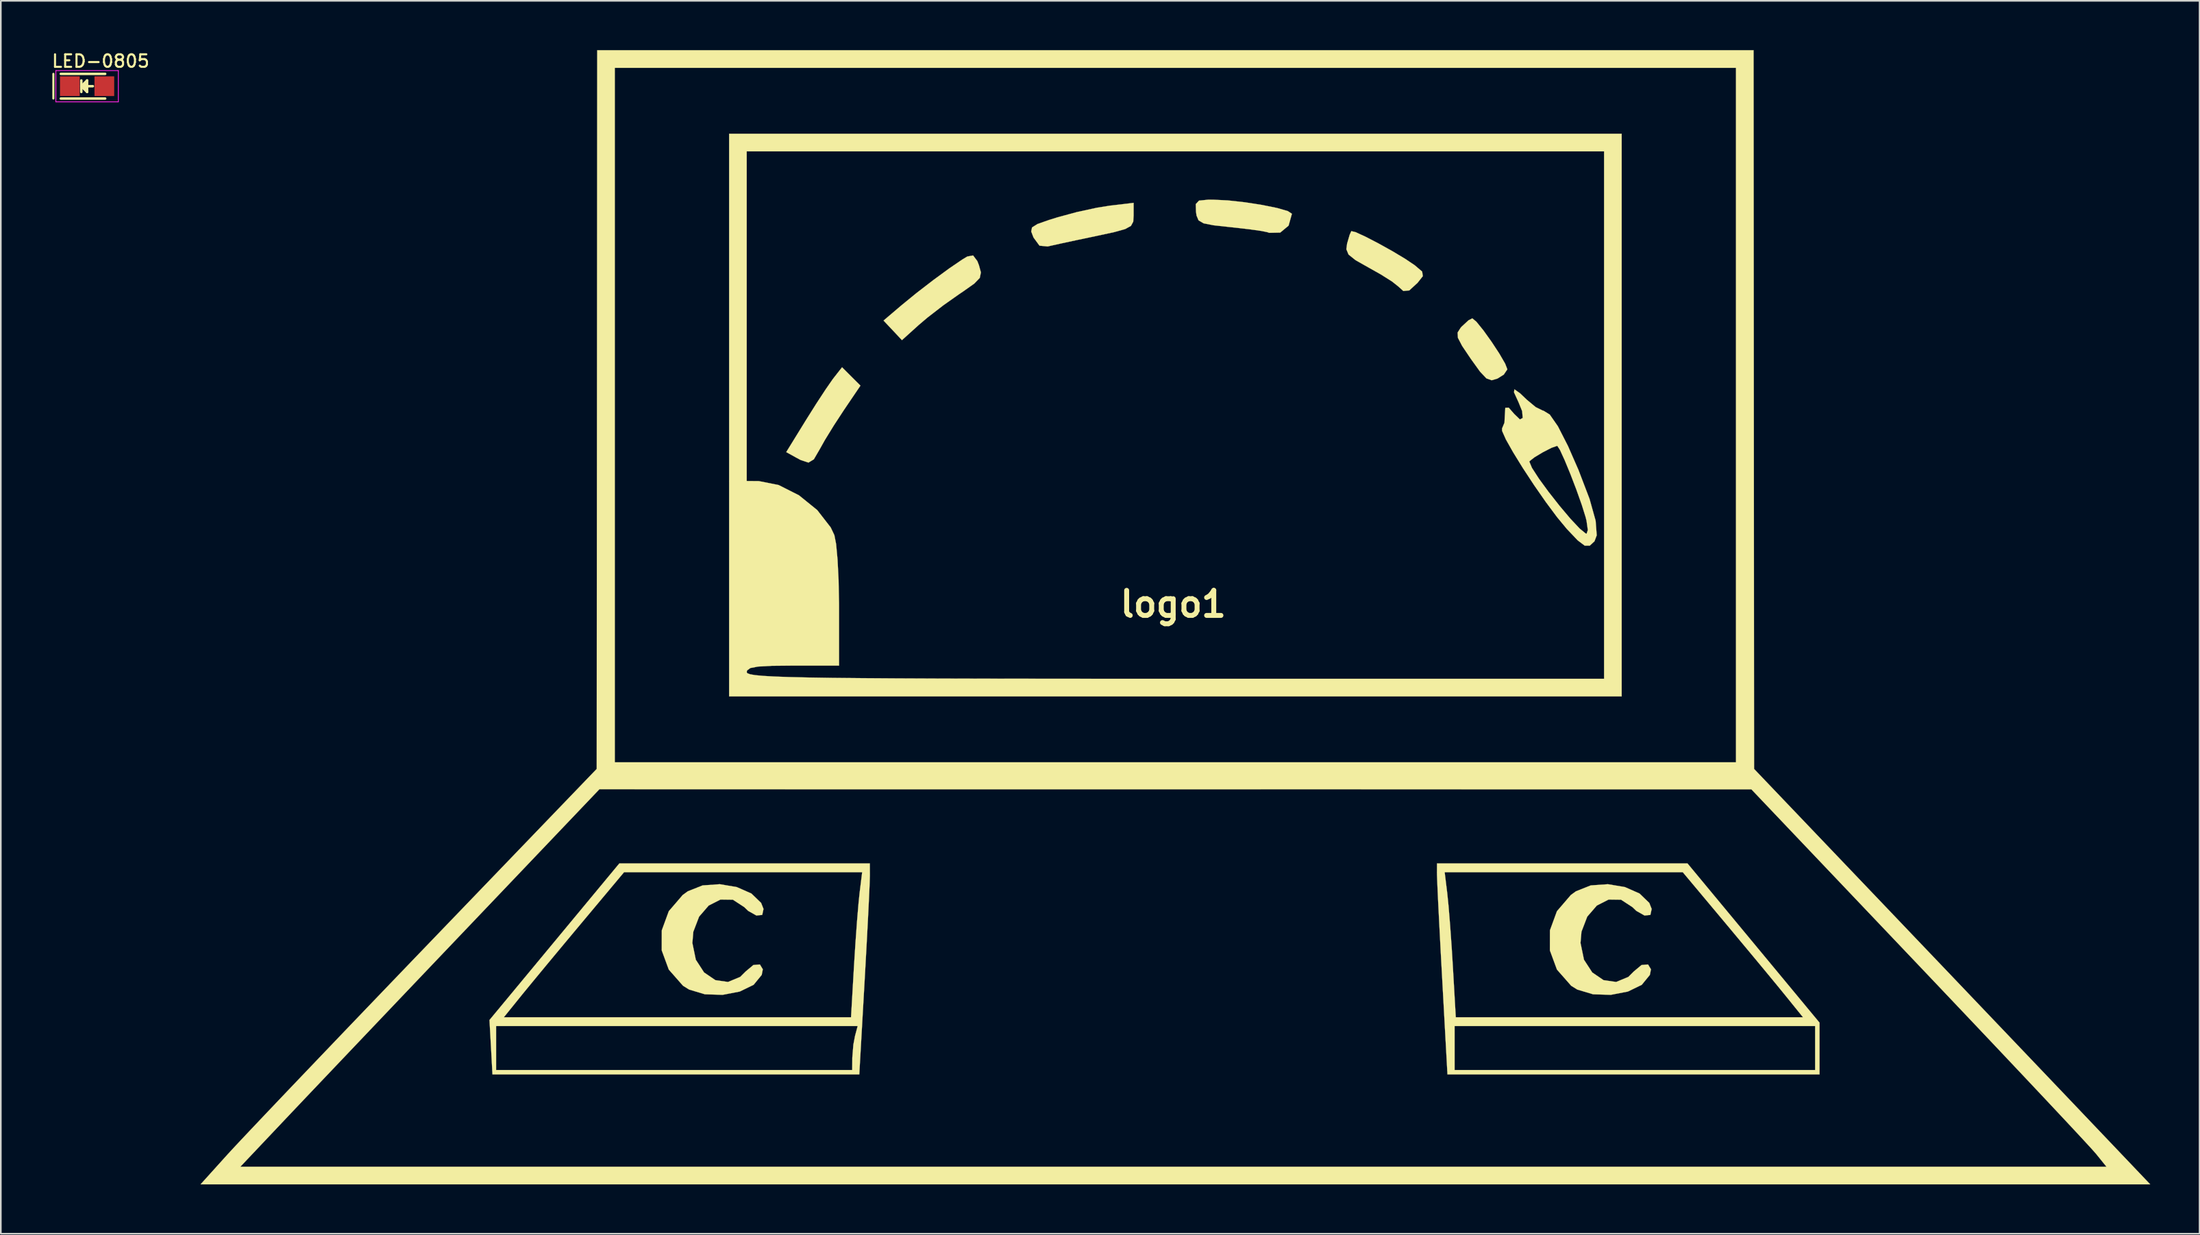
<source format=kicad_pcb>
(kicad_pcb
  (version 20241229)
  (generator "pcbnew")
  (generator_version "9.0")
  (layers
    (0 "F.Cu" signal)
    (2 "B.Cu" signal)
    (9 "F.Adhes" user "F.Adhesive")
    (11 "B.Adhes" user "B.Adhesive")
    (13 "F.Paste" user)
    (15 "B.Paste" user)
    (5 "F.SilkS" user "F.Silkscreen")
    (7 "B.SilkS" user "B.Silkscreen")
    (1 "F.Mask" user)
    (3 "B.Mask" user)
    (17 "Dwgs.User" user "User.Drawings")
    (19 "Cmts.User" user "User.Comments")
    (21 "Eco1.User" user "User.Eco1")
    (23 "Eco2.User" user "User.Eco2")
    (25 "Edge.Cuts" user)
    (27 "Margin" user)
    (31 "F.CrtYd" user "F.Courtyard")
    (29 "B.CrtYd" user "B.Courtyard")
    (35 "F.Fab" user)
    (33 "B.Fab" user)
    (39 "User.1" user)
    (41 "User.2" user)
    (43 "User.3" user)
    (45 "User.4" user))
  (footprint "logo1"
    (layer "F.Cu")
    (at 68.292 33.693)
    (property "Reference" "logo1" (at 0 0 0) (layer "F.SilkS") (effects (font (size 1.524 1.524) (thickness 0.3))))
    (attr through_hole)
    (fp_poly (pts (xy -19.578 -13.844) (xy -19.019 -13.286) (xy -20.032 -11.79) (xy -20.636 -10.865) (xy -21.181 -9.978) (xy -21.491 -9.425) (xy -21.852 -8.804) (xy -22.18 -8.606) (xy -22.659 -8.765) (xy -22.928 -8.91) (xy -23.531 -9.244) (xy -22.329 -11.195) (xy -21.71 -12.179) (xy -21.135 -13.057) (xy -20.708 -13.673) (xy -20.631 -13.774) (xy -20.137 -14.403) (xy -19.578 -13.844)) (stroke (width 0.01) (type solid)) (fill yes) (layer "F.SilkS"))
    (fp_poly (pts (xy 18.438 -17.173) (xy 18.861 -16.651) (xy 19.359 -15.956) (xy 19.834 -15.232) (xy 20.187 -14.623) (xy 20.32 -14.278) (xy 20.104 -13.959) (xy 19.718 -13.716) (xy 19.365 -13.613) (xy 19.048 -13.727) (xy 18.661 -14.135) (xy 18.103 -14.91) (xy 17.57 -15.702) (xy 17.314 -16.194) (xy 17.295 -16.516) (xy 17.476 -16.802) (xy 17.543 -16.877) (xy 17.956 -17.259) (xy 18.19 -17.379) (xy 18.438 -17.173)) (stroke (width 0.01) (type solid)) (fill yes) (layer "F.SilkS"))
    (fp_poly (pts (xy -11.91 -20.863) (xy -11.811 -20.607) (xy -11.693 -20.172) (xy -11.761 -19.841) (xy -12.097 -19.493) (xy -12.784 -19.007) (xy -12.998 -18.864) (xy -13.972 -18.177) (xy -14.94 -17.429) (xy -15.475 -16.975) (xy -16.495 -16.054) (xy -17.054 -16.65) (xy -17.614 -17.245) (xy -16.514 -18.181) (xy -15.604 -18.924) (xy -14.587 -19.708) (xy -13.608 -20.425) (xy -12.815 -20.964) (xy -12.524 -21.139) (xy -12.17 -21.206) (xy -11.91 -20.863)) (stroke (width 0.01) (type solid)) (fill yes) (layer "F.SilkS"))
    (fp_poly (pts (xy -2.407 -23.632) (xy -2.43 -23.26) (xy -2.567 -23.005) (xy -2.918 -22.811) (xy -3.584 -22.625) (xy -4.668 -22.391) (xy -4.747 -22.374) (xy -5.866 -22.139) (xy -6.834 -21.931) (xy -7.496 -21.784) (xy -7.634 -21.752) (xy -8.131 -21.8) (xy -8.494 -22.296) (xy -8.634 -22.661) (xy -8.585 -22.909) (xy -8.252 -23.118) (xy -7.545 -23.366) (xy -7.043 -23.522) (xy -5.866 -23.842) (xy -4.636 -24.109) (xy -3.844 -24.235) (xy -2.406 -24.404) (xy -2.407 -23.632)) (stroke (width 0.01) (type solid)) (fill yes) (layer "F.SilkS"))
    (fp_poly (pts (xy 11.099 -22.619) (xy 11.692 -22.347) (xy 12.479 -21.939) (xy 13.327 -21.467) (xy 14.105 -21.001) (xy 14.681 -20.614) (xy 14.698 -20.6) (xy 15.138 -20.226) (xy 15.181 -19.947) (xy 14.862 -19.543) (xy 14.857 -19.538) (xy 14.358 -19.079) (xy 13.995 -19.043) (xy 13.69 -19.317) (xy 13.317 -19.614) (xy 12.627 -20.05) (xy 11.91 -20.454) (xy 11.092 -20.916) (xy 10.664 -21.258) (xy 10.529 -21.583) (xy 10.574 -21.924) (xy 10.73 -22.46) (xy 10.831 -22.685) (xy 11.099 -22.619)) (stroke (width 0.01) (type solid)) (fill yes) (layer "F.SilkS"))
    (fp_poly (pts (xy 3.316 -24.554) (xy 4.362 -24.439) (xy 5.407 -24.277) (xy 6.321 -24.091) (xy 6.969 -23.904) (xy 7.219 -23.741) (xy 7.219 -23.739) (xy 7.017 -23.018) (xy 6.507 -22.595) (xy 5.837 -22.581) (xy 5.746 -22.615) (xy 5.363 -22.695) (xy 4.603 -22.801) (xy 3.618 -22.913) (xy 3.473 -22.928) (xy 2.453 -23.04) (xy 1.849 -23.159) (xy 1.543 -23.338) (xy 1.42 -23.628) (xy 1.386 -23.863) (xy 1.373 -24.328) (xy 1.57 -24.54) (xy 2.116 -24.596) (xy 2.404 -24.598) (xy 3.316 -24.554)) (stroke (width 0.01) (type solid)) (fill yes) (layer "F.SilkS"))
    (fp_poly (pts (xy -26.538 17.214) (xy -25.649 17.606) (xy -25.057 18.179) (xy -24.913 18.544) (xy -24.991 18.908) (xy -25.346 18.943) (xy -25.846 18.661) (xy -26.08 18.435) (xy -26.774 17.982) (xy -27.529 17.972) (xy -28.247 18.338) (xy -28.83 19.013) (xy -29.181 19.93) (xy -29.239 20.614) (xy -29.029 21.633) (xy -28.527 22.406) (xy -27.839 22.875) (xy -27.072 22.985) (xy -26.331 22.678) (xy -26 22.348) (xy -25.53 21.955) (xy -25.133 21.921) (xy -24.955 22.215) (xy -25.022 22.557) (xy -25.514 23.158) (xy -26.358 23.568) (xy -27.397 23.768) (xy -28.475 23.735) (xy -29.437 23.447) (xy -29.808 23.216) (xy -30.673 22.233) (xy -31.101 21.069) (xy -31.099 19.845) (xy -30.673 18.681) (xy -29.829 17.698) (xy -29.519 17.472) (xy -28.619 17.113) (xy -27.576 17.039) (xy -26.538 17.214)) (stroke (width 0.01) (type solid)) (fill yes) (layer "F.SilkS"))
    (fp_poly (pts (xy 27.471 17.214) (xy 28.359 17.606) (xy 28.952 18.179) (xy 29.096 18.544) (xy 29.018 18.908) (xy 28.662 18.943) (xy 28.163 18.661) (xy 27.928 18.435) (xy 27.234 17.982) (xy 26.479 17.972) (xy 25.761 18.338) (xy 25.178 19.013) (xy 24.827 19.93) (xy 24.769 20.614) (xy 24.98 21.633) (xy 25.482 22.406) (xy 26.169 22.875) (xy 26.937 22.985) (xy 27.678 22.678) (xy 28.008 22.348) (xy 28.479 21.955) (xy 28.876 21.921) (xy 29.053 22.215) (xy 28.986 22.557) (xy 28.494 23.158) (xy 27.651 23.568) (xy 26.612 23.768) (xy 25.533 23.735) (xy 24.571 23.447) (xy 24.201 23.216) (xy 23.336 22.233) (xy 22.907 21.069) (xy 22.909 19.845) (xy 23.335 18.681) (xy 24.179 17.698) (xy 24.489 17.472) (xy 25.39 17.113) (xy 26.432 17.039) (xy 27.471 17.214)) (stroke (width 0.01) (type solid)) (fill yes) (layer "F.SilkS"))
    (fp_poly (pts (xy 35.289 20.618) (xy 39.303 25.461) (xy 39.303 28.608) (xy 16.678 28.608) (xy 16.516 25.667) (xy 17.112 25.667) (xy 17.112 28.341) (xy 39.036 28.341) (xy 39.036 25.667) (xy 17.112 25.667) (xy 16.516 25.667) (xy 16.358 22.793) (xy 16.263 21.05) (xy 16.18 19.46) (xy 16.112 18.109) (xy 16.065 17.085) (xy 16.041 16.477) (xy 16.04 16.376) (xy 16.04 16.309) (xy 16.508 16.309) (xy 16.664 17.579) (xy 16.744 18.37) (xy 16.838 19.525) (xy 16.934 20.878) (xy 17.003 21.991) (xy 17.184 25.133) (xy 38.298 25.133) (xy 37.272 23.863) (xy 36.726 23.194) (xy 35.93 22.229) (xy 34.977 21.082) (xy 33.962 19.864) (xy 33.617 19.451) (xy 30.987 16.309) (xy 16.508 16.309) (xy 16.04 16.309) (xy 16.042 15.775) (xy 31.274 15.775) (xy 35.289 20.618)) (stroke (width 0.01) (type solid)) (fill yes) (layer "F.SilkS"))
    (fp_poly (pts (xy -18.445 16.51) (xy -18.459 16.991) (xy -18.5 17.915) (xy -18.563 19.19) (xy -18.644 20.724) (xy -18.738 22.427) (xy -18.766 22.927) (xy -19.089 28.608) (xy -41.395 28.608) (xy -41.485 26.953) (xy -41.556 25.667) (xy -41.175 25.667) (xy -41.175 28.341) (xy -19.518 28.341) (xy -19.514 27.606) (xy -19.45 26.804) (xy -19.349 26.269) (xy -19.188 25.667) (xy -41.175 25.667) (xy -41.556 25.667) (xy -41.576 25.298) (xy -41.439 25.133) (xy -40.704 25.133) (xy -19.591 25.133) (xy -19.409 21.991) (xy -19.321 20.602) (xy -19.225 19.276) (xy -19.133 18.179) (xy -19.071 17.579) (xy -18.914 16.309) (xy -33.393 16.309) (xy -36.023 19.451) (xy -37.038 20.667) (xy -38.023 21.851) (xy -38.883 22.892) (xy -39.526 23.674) (xy -39.679 23.863) (xy -40.704 25.133) (xy -41.439 25.133) (xy -37.628 20.536) (xy -33.68 15.775) (xy -18.448 15.775) (xy -18.445 16.51)) (stroke (width 0.01) (type solid)) (fill yes) (layer "F.SilkS"))
    (fp_poly (pts (xy 27.272 5.615) (xy -27.004 5.615) (xy -27.004 -27.539) (xy -25.935 -27.539) (xy -25.935 -7.486) (xy -25.199 -7.48) (xy -23.992 -7.24) (xy -22.754 -6.614) (xy -21.646 -5.717) (xy -20.826 -4.662) (xy -20.604 -4.194) (xy -20.498 -3.649) (xy -20.41 -2.696) (xy -20.348 -1.463) (xy -20.321 -0.075) (xy -20.32 0.151) (xy -20.32 3.743) (xy -23.127 3.743) (xy -24.409 3.755) (xy -25.243 3.801) (xy -25.716 3.891) (xy -25.913 4.039) (xy -25.935 4.144) (xy -25.888 4.211) (xy -25.729 4.27) (xy -25.427 4.322) (xy -24.952 4.367) (xy -24.273 4.406) (xy -23.36 4.439) (xy -22.183 4.466) (xy -20.712 4.489) (xy -18.917 4.506) (xy -16.766 4.52) (xy -14.231 4.531) (xy -11.28 4.538) (xy -7.884 4.542) (xy -4.013 4.545) (xy 0.134 4.545) (xy 26.202 4.545) (xy 26.202 -27.539) (xy -25.935 -27.539) (xy -27.004 -27.539) (xy -27.004 -28.608) (xy 27.272 -28.608) (xy 27.272 5.615)) (stroke (width 0.01) (type solid)) (fill yes) (layer "F.SilkS"))
    (fp_poly (pts (xy 35.308 -11.831) (xy 35.323 10.026) (xy 43.359 18.448) (xy 45.239 20.42) (xy 47.168 22.441) (xy 49.077 24.444) (xy 50.9 26.356) (xy 52.57 28.108) (xy 54.02 29.63) (xy 55.184 30.852) (xy 55.402 31.082) (xy 59.41 35.293) (xy -59.143 35.293) (xy -58.178 34.223) (xy -56.726 34.223) (xy 56.751 34.223) (xy 56.115 33.435) (xy 55.814 33.096) (xy 55.18 32.408) (xy 54.25 31.41) (xy 53.059 30.14) (xy 51.643 28.636) (xy 50.04 26.937) (xy 48.284 25.082) (xy 46.411 23.107) (xy 45.319 21.957) (xy 35.159 11.268) (xy 0.134 11.265) (xy -34.892 11.263) (xy -43.046 19.821) (xy -44.872 21.737) (xy -46.688 23.645) (xy -48.438 25.484) (xy -50.067 27.197) (xy -51.519 28.725) (xy -52.738 30.008) (xy -53.668 30.989) (xy -53.963 31.301) (xy -56.726 34.223) (xy -58.178 34.223) (xy -57.515 33.488) (xy -57.022 32.954) (xy -56.198 32.078) (xy -55.084 30.902) (xy -53.72 29.468) (xy -52.146 27.819) (xy -50.404 25.996) (xy -48.533 24.044) (xy -46.575 22.003) (xy -45.471 20.855) (xy -35.056 10.026) (xy -35.026 -32.619) (xy -33.956 -32.619) (xy -33.956 9.625) (xy 34.223 9.625) (xy 34.223 -32.619) (xy -33.956 -32.619) (xy -35.026 -32.619) (xy -35.025 -33.688) (xy 35.293 -33.688) (xy 35.308 -11.831)) (stroke (width 0.01) (type solid)) (fill yes) (layer "F.SilkS"))
    (fp_poly (pts (xy 21.093 -12.821) (xy 21.499 -12.433) (xy 22.041 -11.982) (xy 22.478 -11.766) (xy 22.514 -11.763) (xy 22.898 -11.527) (xy 23.394 -10.814) (xy 24.009 -9.609) (xy 24.646 -8.155) (xy 25.318 -6.396) (xy 25.688 -5.072) (xy 25.755 -4.183) (xy 25.619 -3.819) (xy 25.329 -3.552) (xy 25.025 -3.554) (xy 24.601 -3.872) (xy 23.951 -4.556) (xy 23.924 -4.586) (xy 23.339 -5.294) (xy 22.66 -6.207) (xy 21.948 -7.231) (xy 21.265 -8.271) (xy 21.022 -8.664) (xy 21.657 -8.664) (xy 21.816 -8.284) (xy 22.236 -7.634) (xy 22.824 -6.828) (xy 23.493 -5.977) (xy 24.152 -5.196) (xy 24.712 -4.598) (xy 25.082 -4.294) (xy 25.139 -4.278) (xy 25.214 -4.504) (xy 25.135 -5.067) (xy 25.082 -5.281) (xy 24.845 -6.038) (xy 24.518 -6.959) (xy 24.153 -7.911) (xy 23.802 -8.761) (xy 23.519 -9.377) (xy 23.356 -9.625) (xy 23.353 -9.625) (xy 23.013 -9.508) (xy 22.48 -9.235) (xy 21.963 -8.924) (xy 21.67 -8.694) (xy 21.657 -8.664) (xy 21.022 -8.664) (xy 20.672 -9.232) (xy 20.229 -10.017) (xy 20 -10.533) (xy 19.997 -10.681) (xy 20.145 -11.035) (xy 20.164 -11.43) (xy 20.195 -11.938) (xy 20.402 -11.948) (xy 20.737 -11.564) (xy 21.083 -11.231) (xy 21.255 -11.32) (xy 21.219 -11.737) (xy 21.001 -12.274) (xy 20.724 -12.881) (xy 20.75 -13.062) (xy 21.093 -12.821)) (stroke (width 0.01) (type solid)) (fill yes) (layer "F.SilkS")))
  (footprint "LED-0805"
    (layer "F.Cu")
    (at 2.246 2.193)
    (property "Reference" "LED-0805" (at 0.826 -1.524 0) (layer "F.SilkS") (effects (font (size 0.762 0.762) (thickness 0.127))))
    (attr smd)
    (fp_line (start -2.05 -0.75) (end -2.05 0.75) (stroke (width 0.127) (type solid)) (layer "F.SilkS"))
    (fp_line (start -1.6 -0.75) (end 1.1 -0.75) (stroke (width 0.15) (type solid)) (layer "F.SilkS"))
    (fp_line (start -1.6 0.75) (end 1.1 0.75) (stroke (width 0.15) (type solid)) (layer "F.SilkS"))
    (fp_line (start -0.35 -0.35) (end -0.35 0.35) (stroke (width 0.15) (type solid)) (layer "F.SilkS"))
    (fp_line (start -0.35 0) (end 0 -0.35) (stroke (width 0.15) (type solid)) (layer "F.SilkS"))
    (fp_line (start -0.1 -0.1) (end -0.25 0.05) (stroke (width 0.15) (type solid)) (layer "F.SilkS"))
    (fp_line (start -0.1 0.15) (end -0.1 -0.1) (stroke (width 0.15) (type solid)) (layer "F.SilkS"))
    (fp_line (start 0 -0.35) (end 0 0.35) (stroke (width 0.15) (type solid)) (layer "F.SilkS"))
    (fp_line (start 0 0) (end 0.35 0) (stroke (width 0.15) (type solid)) (layer "F.SilkS"))
    (fp_line (start 0 0.35) (end -0.35 0) (stroke (width 0.15) (type solid)) (layer "F.SilkS"))
    (fp_line (start -1.9 -0.95) (end 1.9 -0.95) (stroke (width 0.05) (type solid)) (layer "F.CrtYd"))
    (fp_line (start -1.9 0.95) (end -1.9 -0.95) (stroke (width 0.05) (type solid)) (layer "F.CrtYd"))
    (fp_line (start 1.9 -0.95) (end 1.9 0.95) (stroke (width 0.05) (type solid)) (layer "F.CrtYd"))
    (fp_line (start 1.9 0.95) (end -1.9 0.95) (stroke (width 0.05) (type solid)) (layer "F.CrtYd"))
    (pad "1" smd rect (at -1.049 0 180) (size 1.199 1.199) (layers "F.Cu" "F.Mask" "F.Paste"))
    (pad "2" smd rect (at 1.049 0 180) (size 1.199 1.199) (layers "F.Cu" "F.Mask" "F.Paste")))
  (gr_rect
    (start -3 -3)
    (end 130.707 71.991)
    (stroke (width 0.1) (type default))
    (fill no)
    (layer "Edge.Cuts")))
</source>
